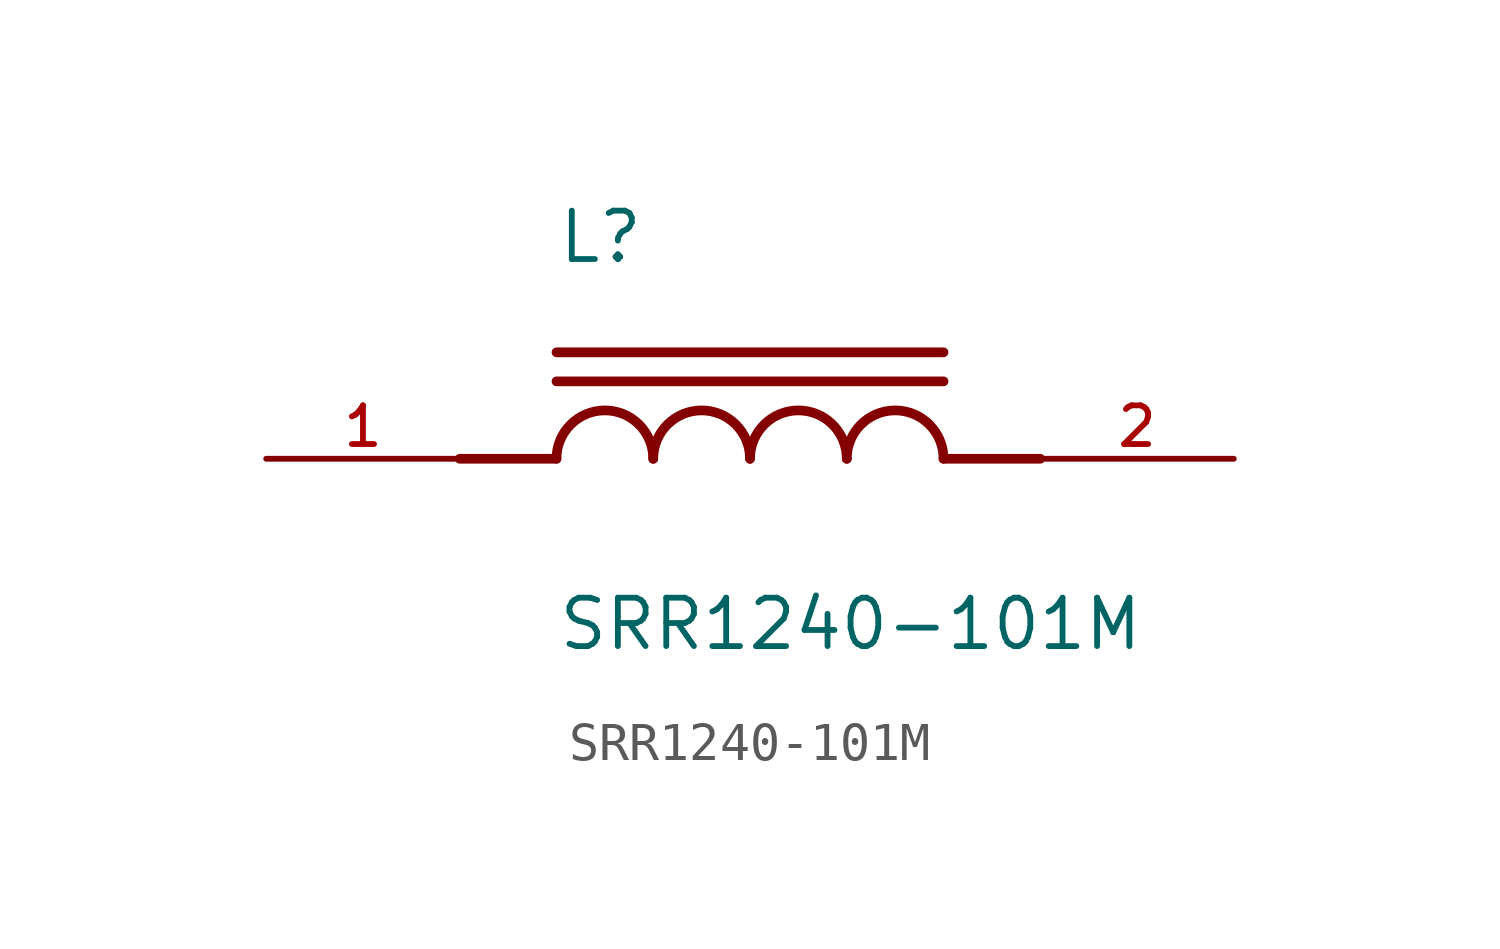
<source format=kicad_sym>
(kicad_symbol_lib
  (version 20211014)
  (generator kicad_symbol_editor)
  (symbol "SRR1240-101M"
    (pin_names
      (offset 1.016))
    (property "Reference" "L"
      (at -5.08 5.08 0)
      (effects (font (size 1.27 1.27)) (justify bottom left)))
    (property "Value" "SRR1240-101M"
      (at -5.08 -5.08 0)
      (effects (font (size 1.27 1.27)) (justify bottom left)))
    (symbol "SRR1240-101M_0_0"
      (polyline (pts (xy -5.08 0.0) (xy -7.62 0.0)) (stroke (width 0.254)))
      (polyline (pts (xy 5.08 0.0) (xy 7.62 0.0)) (stroke (width 0.254)))
      (arc (start -2.54 0.0) (mid -3.81 1.27) (end -5.08 0.0) (stroke (width 0.254) (type default) (color 0 0 0 0)) (fill (type none)))
      (arc (start 0.0 0.0) (mid -1.27 1.27) (end -2.54 0.0) (stroke (width 0.254) (type default) (color 0 0 0 0)) (fill (type none)))
      (arc (start 2.54 0.0) (mid 1.27 1.27) (end 0.0 0.0) (stroke (width 0.254) (type default) (color 0 0 0 0)) (fill (type none)))
      (arc (start 5.08 0.0) (mid 3.81 1.27) (end 2.54 0.0) (stroke (width 0.254) (type default) (color 0 0 0 0)) (fill (type none)))
      (polyline (pts (xy -5.08 2.032) (xy 5.08 2.032)) (stroke (width 0.254)))
      (polyline (pts (xy -5.08 2.794) (xy 5.08 2.794)) (stroke (width 0.254)))
      (pin passive line (at -12.7 0.0 0) (length 5.08) (name "~" (effects (font (size 1.016 1.016)))) (number "1" (effects (font (size 1.016 1.016)))))
      (pin passive line (at 12.7 0.0 180.0) (length 5.08) (name "~" (effects (font (size 1.016 1.016)))) (number "2" (effects (font (size 1.016 1.016))))))))
</source>
